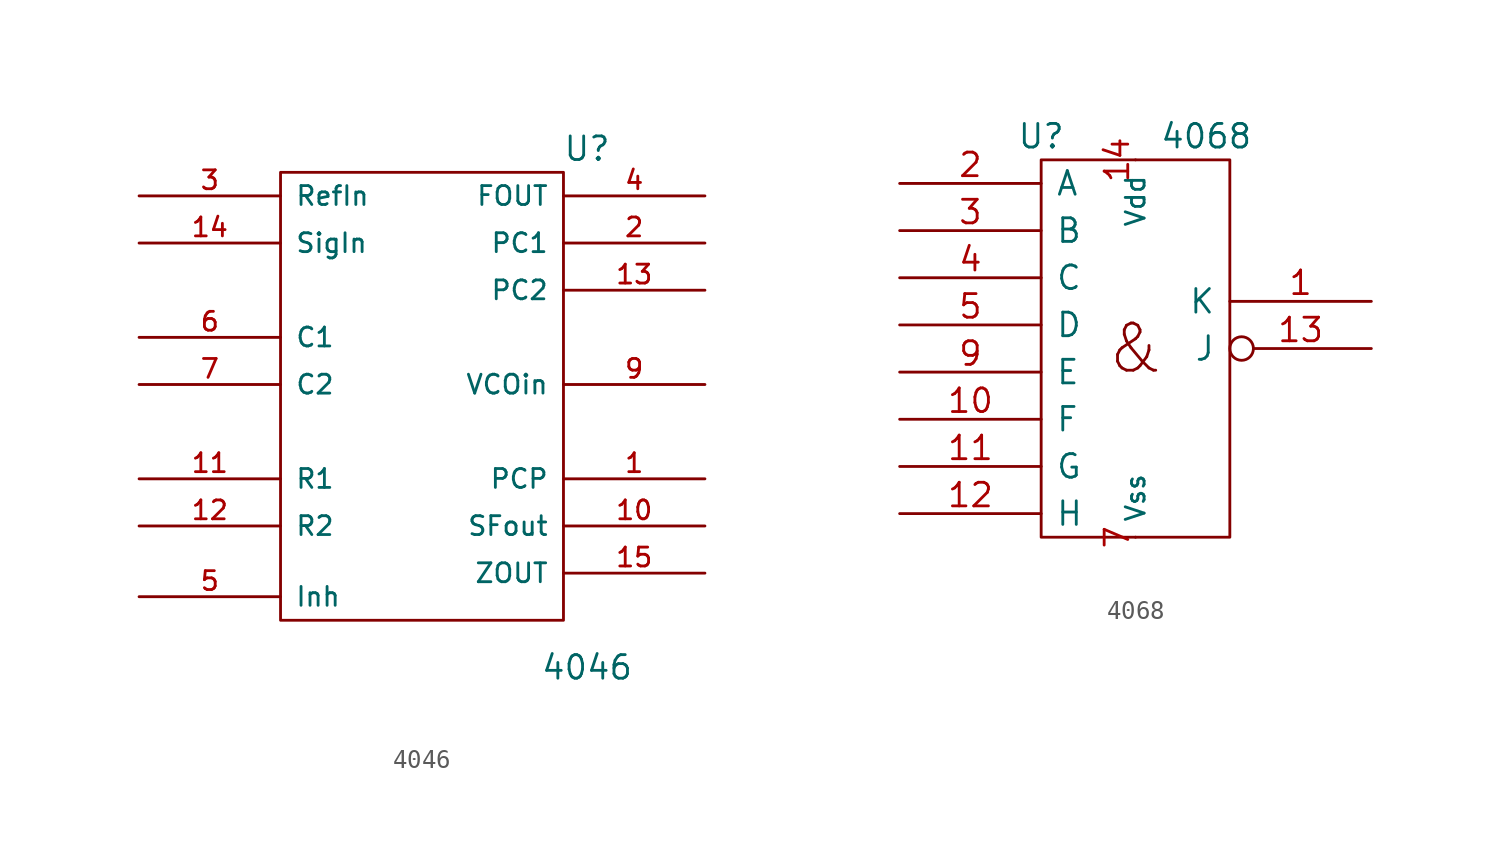
<source format=kicad_sym>
(kicad_symbol_lib
  (version 20201005)
  (generator kicad_symbol_editor)
  (symbol "4046"
    (pin_names
      (offset 0.762))
    (property "Reference" "U"
      (at 8.89 12.7 0)
      (effects (font (size 1.27 1.27))))
    (property "Value" "4046"
      (at 8.89 -15.24 0)
      (effects (font (size 1.27 1.27))))
    (symbol "4046_0_1"
      (rectangle (start -7.62 11.43) (end 7.62 -12.7) (stroke (width 0)) (fill (type none)))
      (pin power_in line (at 0 11.43 270) (length 0) hide (name "VDD" (effects (font (size 1.016 1.016)))) (number "16" (effects (font (size 1.016 1.016)))))
      (pin power_in line (at 0 -12.7 90) (length 0) hide (name "VSS" (effects (font (size 1.016 1.016)))) (number "8" (effects (font (size 1.016 1.016))))))
    (symbol "4046_1_1"
      (pin output line (at 15.24 -5.08 180) (length 7.62) (name "PCP" (effects (font (size 1.016 1.016)))) (number "1" (effects (font (size 1.016 1.016)))))
      (pin output line (at 15.24 -7.62 180) (length 7.62) (name "SFout" (effects (font (size 1.016 1.016)))) (number "10" (effects (font (size 1.016 1.016)))))
      (pin input line (at -15.24 -5.08 0) (length 7.62) (name "R1" (effects (font (size 1.016 1.016)))) (number "11" (effects (font (size 1.016 1.016)))))
      (pin input line (at -15.24 -7.62 0) (length 7.62) (name "R2" (effects (font (size 1.016 1.016)))) (number "12" (effects (font (size 1.016 1.016)))))
      (pin tri_state line (at 15.24 5.08 180) (length 7.62) (name "PC2" (effects (font (size 1.016 1.016)))) (number "13" (effects (font (size 1.016 1.016)))))
      (pin input line (at -15.24 7.62 0) (length 7.62) (name "SigIn" (effects (font (size 1.016 1.016)))) (number "14" (effects (font (size 1.016 1.016)))))
      (pin output line (at 15.24 -10.16 180) (length 7.62) (name "ZOUT" (effects (font (size 1.016 1.016)))) (number "15" (effects (font (size 1.016 1.016)))))
      (pin output line (at 15.24 7.62 180) (length 7.62) (name "PC1" (effects (font (size 1.016 1.016)))) (number "2" (effects (font (size 1.016 1.016)))))
      (pin input line (at -15.24 10.16 0) (length 7.62) (name "RefIn" (effects (font (size 1.016 1.016)))) (number "3" (effects (font (size 1.016 1.016)))))
      (pin input line (at 15.24 10.16 180) (length 7.62) (name "FOUT" (effects (font (size 1.016 1.016)))) (number "4" (effects (font (size 1.016 1.016)))))
      (pin input line (at -15.24 -11.43 0) (length 7.62) (name "Inh" (effects (font (size 1.016 1.016)))) (number "5" (effects (font (size 1.016 1.016)))))
      (pin input line (at -15.24 2.54 0) (length 7.62) (name "C1" (effects (font (size 1.016 1.016)))) (number "6" (effects (font (size 1.016 1.016)))))
      (pin input line (at -15.24 0 0) (length 7.62) (name "C2" (effects (font (size 1.016 1.016)))) (number "7" (effects (font (size 1.016 1.016)))))
      (pin input line (at 15.24 0 180) (length 7.62) (name "VCOin" (effects (font (size 1.016 1.016)))) (number "9" (effects (font (size 1.016 1.016)))))))
  (symbol "4068"
    (pin_names
      (offset 0.762))
    (property "Reference" "U"
      (at -5.08 11.43 0)
      (effects (font (size 1.27 1.27))))
    (property "Value" "4068"
      (at 3.81 11.43 0)
      (effects (font (size 1.27 1.27))))
    (symbol "4068_0_0"
      (text "&" (at 0 0 0) (effects (font (size 2.54 2.54))))
      (rectangle (start -5.08 10.16) (end 5.08 -10.16) (stroke (width 0)) (fill (type none))))
    (symbol "4068_0_1"
      (pin power_in line (at 0 10.16 270) (length 0) (name "Vdd" (effects (font (size 1.016 1.016)))) (number "14" (effects (font (size 1.27 1.27)))))
      (pin power_in line (at 0 -10.16 90) (length 0) (name "Vss" (effects (font (size 1.016 1.016)))) (number "7" (effects (font (size 1.27 1.27))))))
    (symbol "4068_1_1"
      (pin output line (at 12.7 2.54 180) (length 7.62) (name "K" (effects (font (size 1.27 1.27)))) (number "1" (effects (font (size 1.27 1.27)))))
      (pin input line (at -12.7 -3.81 0) (length 7.62) (name "F" (effects (font (size 1.27 1.27)))) (number "10" (effects (font (size 1.27 1.27)))))
      (pin input line (at -12.7 -6.35 0) (length 7.62) (name "G" (effects (font (size 1.27 1.27)))) (number "11" (effects (font (size 1.27 1.27)))))
      (pin input line (at -12.7 -8.89 0) (length 7.62) (name "H" (effects (font (size 1.27 1.27)))) (number "12" (effects (font (size 1.27 1.27)))))
      (pin output inverted (at 12.7 0 180) (length 7.62) (name "J" (effects (font (size 1.27 1.27)))) (number "13" (effects (font (size 1.27 1.27)))))
      (pin input line (at -12.7 8.89 0) (length 7.62) (name "A" (effects (font (size 1.27 1.27)))) (number "2" (effects (font (size 1.27 1.27)))))
      (pin input line (at -12.7 6.35 0) (length 7.62) (name "B" (effects (font (size 1.27 1.27)))) (number "3" (effects (font (size 1.27 1.27)))))
      (pin input line (at -12.7 3.81 0) (length 7.62) (name "C" (effects (font (size 1.27 1.27)))) (number "4" (effects (font (size 1.27 1.27)))))
      (pin input line (at -12.7 1.27 0) (length 7.62) (name "D" (effects (font (size 1.27 1.27)))) (number "5" (effects (font (size 1.27 1.27)))))
      (pin input line (at -12.7 -1.27 0) (length 7.62) (name "E" (effects (font (size 1.27 1.27)))) (number "9" (effects (font (size 1.27 1.27))))))))
</source>
